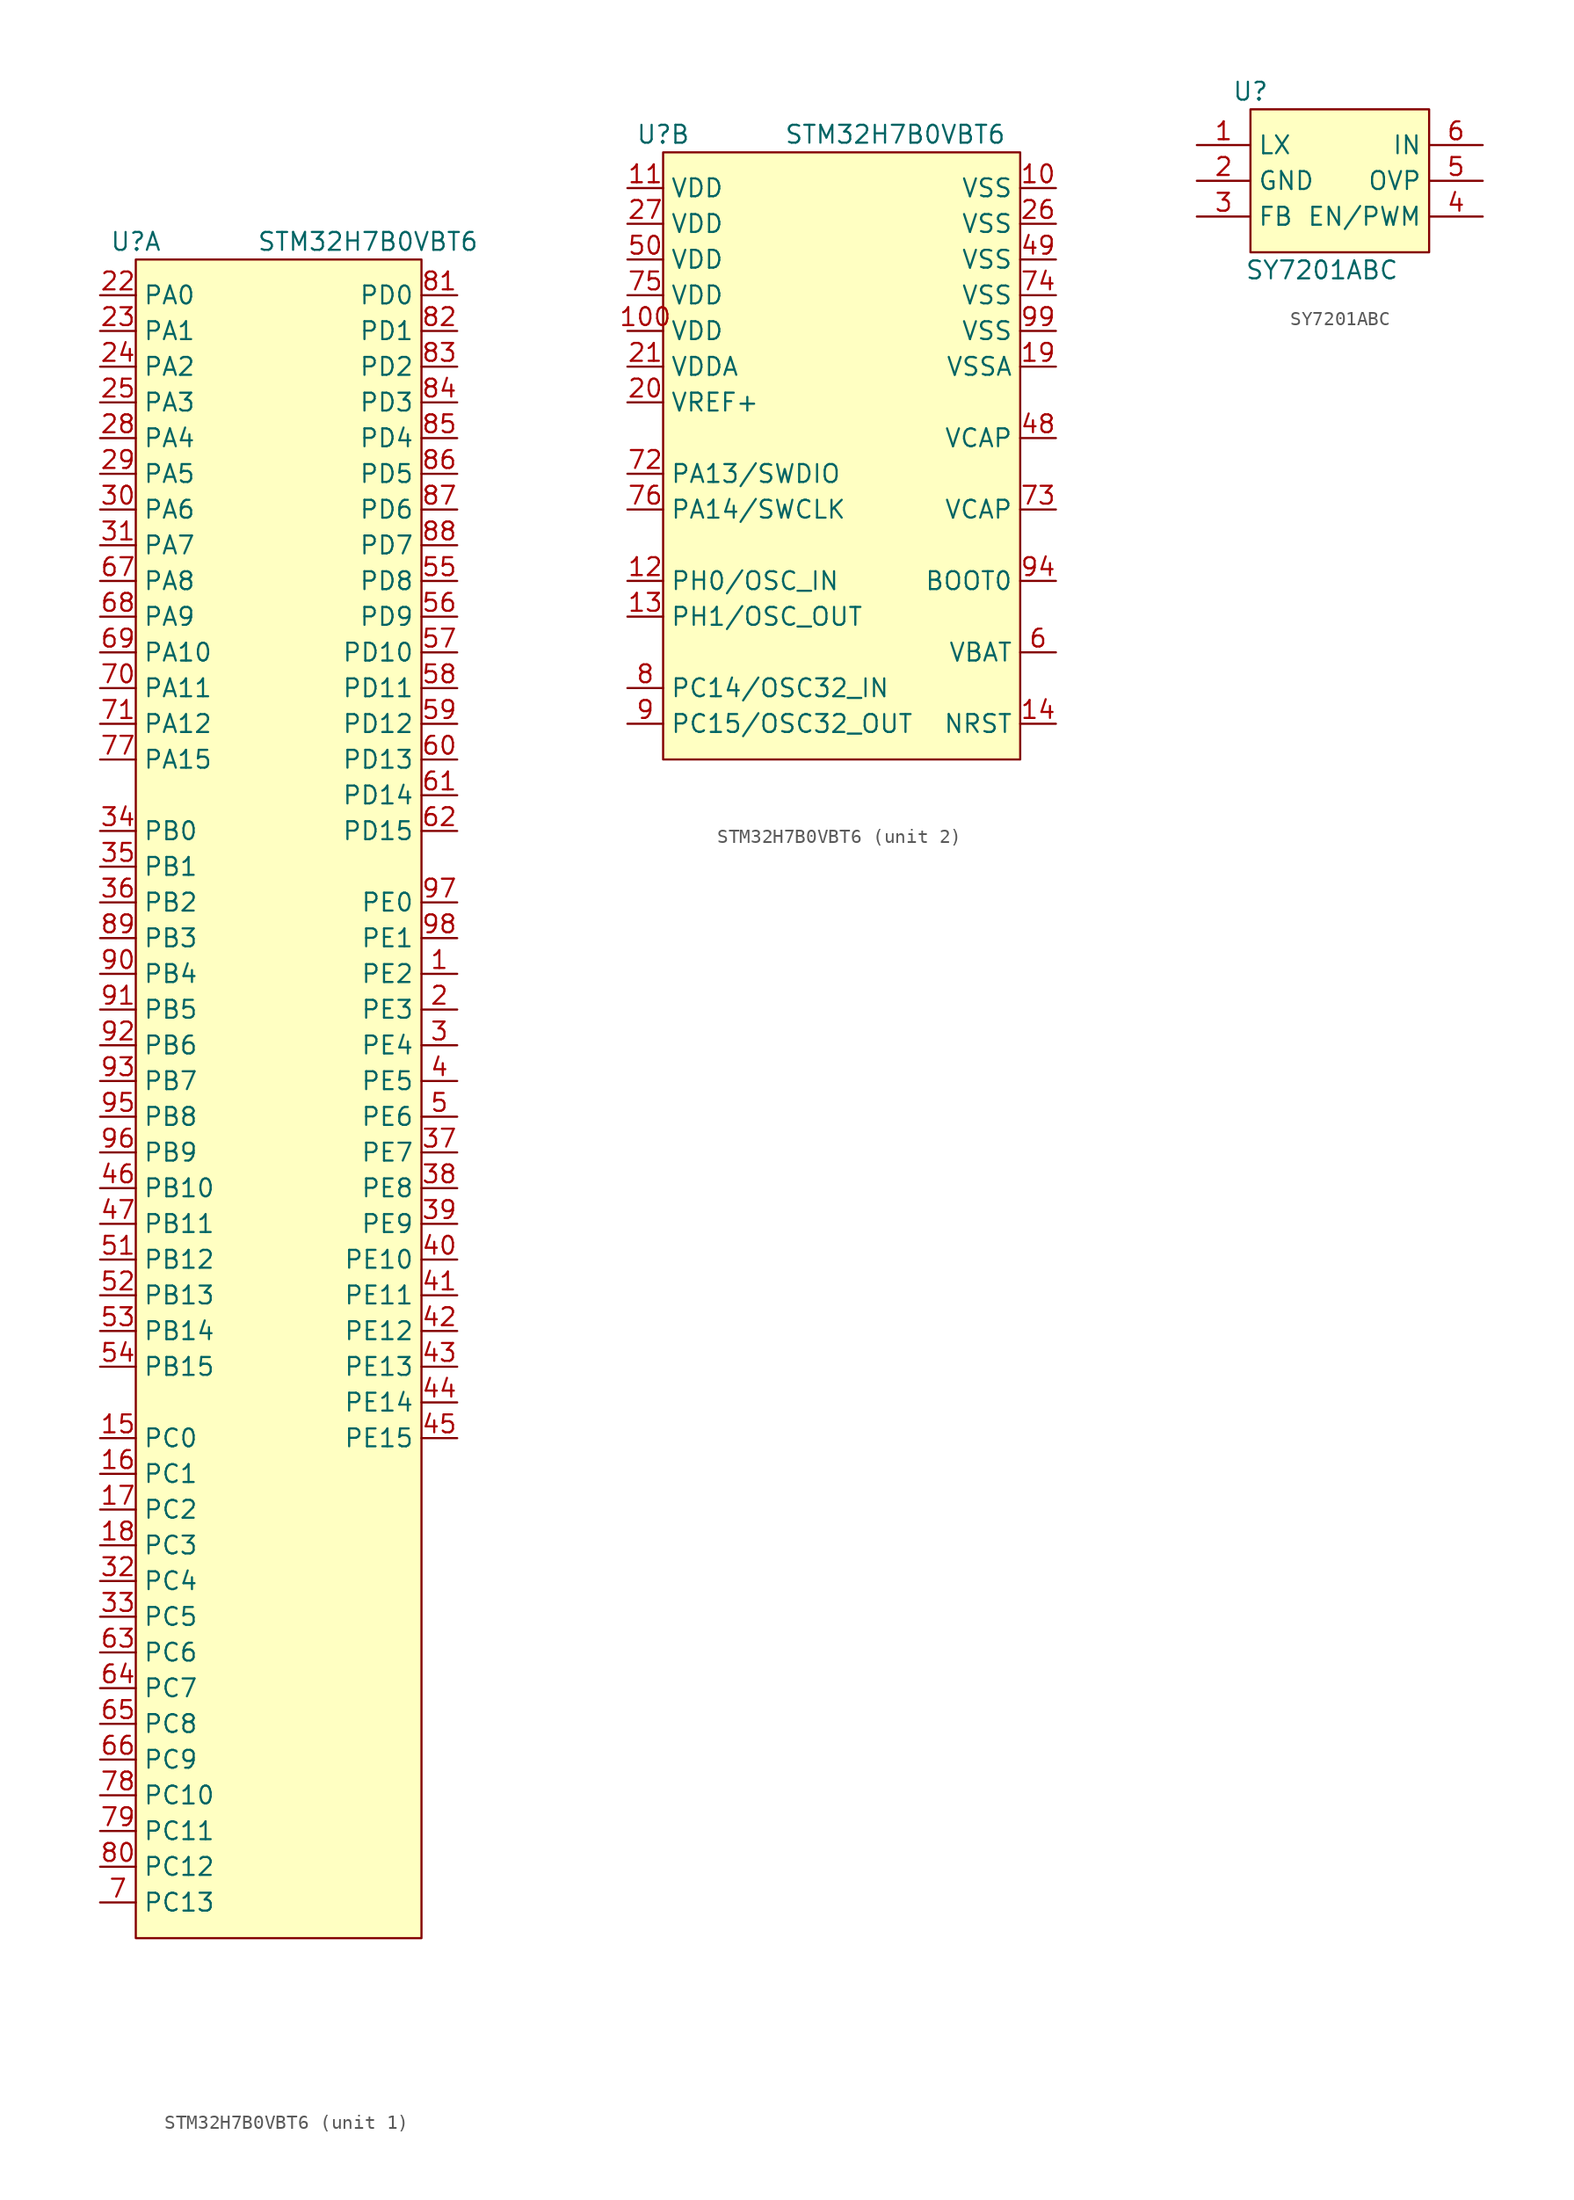
<source format=kicad_sym>
(kicad_symbol_lib
  (version 20220914)
  (generator kicad_symbol_editor)
  (symbol "STM32H7B0VBT6"
    (property "Reference" "U"
      (at 0 1.27 0)
      (effects (font (size 1.27 1.27))))
    (property "Value" "STM32H7B0VBT6"
      (at 16.51 1.27 0)
      (effects (font (size 1.27 1.27))))
    (symbol "STM32H7B0VBT6_1_1"
      (rectangle (start 0 0) (end 20.32 -119.38) (stroke (width 0) (type default)) (fill (type background)))
      (pin bidirectional line (at 22.86 -50.8 180) (length 2.54) (name "PE2" (effects (font (size 1.27 1.27)))) (number "1" (effects (font (size 1.27 1.27)))))
      (pin bidirectional line (at -2.54 -83.82 0) (length 2.54) (name "PC0" (effects (font (size 1.27 1.27)))) (number "15" (effects (font (size 1.27 1.27)))))
      (pin bidirectional line (at -2.54 -86.36 0) (length 2.54) (name "PC1" (effects (font (size 1.27 1.27)))) (number "16" (effects (font (size 1.27 1.27)))))
      (pin bidirectional line (at -2.54 -88.9 0) (length 2.54) (name "PC2" (effects (font (size 1.27 1.27)))) (number "17" (effects (font (size 1.27 1.27)))))
      (pin bidirectional line (at -2.54 -91.44 0) (length 2.54) (name "PC3" (effects (font (size 1.27 1.27)))) (number "18" (effects (font (size 1.27 1.27)))))
      (pin bidirectional line (at 22.86 -53.34 180) (length 2.54) (name "PE3" (effects (font (size 1.27 1.27)))) (number "2" (effects (font (size 1.27 1.27)))))
      (pin bidirectional line (at -2.54 -2.54 0) (length 2.54) (name "PA0" (effects (font (size 1.27 1.27)))) (number "22" (effects (font (size 1.27 1.27)))))
      (pin bidirectional line (at -2.54 -5.08 0) (length 2.54) (name "PA1" (effects (font (size 1.27 1.27)))) (number "23" (effects (font (size 1.27 1.27)))))
      (pin bidirectional line (at -2.54 -7.62 0) (length 2.54) (name "PA2" (effects (font (size 1.27 1.27)))) (number "24" (effects (font (size 1.27 1.27)))))
      (pin bidirectional line (at -2.54 -10.16 0) (length 2.54) (name "PA3" (effects (font (size 1.27 1.27)))) (number "25" (effects (font (size 1.27 1.27)))))
      (pin bidirectional line (at -2.54 -12.7 0) (length 2.54) (name "PA4" (effects (font (size 1.27 1.27)))) (number "28" (effects (font (size 1.27 1.27)))))
      (pin bidirectional line (at -2.54 -15.24 0) (length 2.54) (name "PA5" (effects (font (size 1.27 1.27)))) (number "29" (effects (font (size 1.27 1.27)))))
      (pin bidirectional line (at 22.86 -55.88 180) (length 2.54) (name "PE4" (effects (font (size 1.27 1.27)))) (number "3" (effects (font (size 1.27 1.27)))))
      (pin bidirectional line (at -2.54 -17.78 0) (length 2.54) (name "PA6" (effects (font (size 1.27 1.27)))) (number "30" (effects (font (size 1.27 1.27)))))
      (pin bidirectional line (at -2.54 -20.32 0) (length 2.54) (name "PA7" (effects (font (size 1.27 1.27)))) (number "31" (effects (font (size 1.27 1.27)))))
      (pin bidirectional line (at -2.54 -93.98 0) (length 2.54) (name "PC4" (effects (font (size 1.27 1.27)))) (number "32" (effects (font (size 1.27 1.27)))))
      (pin bidirectional line (at -2.54 -96.52 0) (length 2.54) (name "PC5" (effects (font (size 1.27 1.27)))) (number "33" (effects (font (size 1.27 1.27)))))
      (pin bidirectional line (at -2.54 -40.64 0) (length 2.54) (name "PB0" (effects (font (size 1.27 1.27)))) (number "34" (effects (font (size 1.27 1.27)))))
      (pin bidirectional line (at -2.54 -43.18 0) (length 2.54) (name "PB1" (effects (font (size 1.27 1.27)))) (number "35" (effects (font (size 1.27 1.27)))))
      (pin bidirectional line (at -2.54 -45.72 0) (length 2.54) (name "PB2" (effects (font (size 1.27 1.27)))) (number "36" (effects (font (size 1.27 1.27)))))
      (pin bidirectional line (at 22.86 -63.5 180) (length 2.54) (name "PE7" (effects (font (size 1.27 1.27)))) (number "37" (effects (font (size 1.27 1.27)))))
      (pin bidirectional line (at 22.86 -66.04 180) (length 2.54) (name "PE8" (effects (font (size 1.27 1.27)))) (number "38" (effects (font (size 1.27 1.27)))))
      (pin bidirectional line (at 22.86 -68.58 180) (length 2.54) (name "PE9" (effects (font (size 1.27 1.27)))) (number "39" (effects (font (size 1.27 1.27)))))
      (pin bidirectional line (at 22.86 -58.42 180) (length 2.54) (name "PE5" (effects (font (size 1.27 1.27)))) (number "4" (effects (font (size 1.27 1.27)))))
      (pin bidirectional line (at 22.86 -71.12 180) (length 2.54) (name "PE10" (effects (font (size 1.27 1.27)))) (number "40" (effects (font (size 1.27 1.27)))))
      (pin bidirectional line (at 22.86 -73.66 180) (length 2.54) (name "PE11" (effects (font (size 1.27 1.27)))) (number "41" (effects (font (size 1.27 1.27)))))
      (pin bidirectional line (at 22.86 -76.2 180) (length 2.54) (name "PE12" (effects (font (size 1.27 1.27)))) (number "42" (effects (font (size 1.27 1.27)))))
      (pin bidirectional line (at 22.86 -78.74 180) (length 2.54) (name "PE13" (effects (font (size 1.27 1.27)))) (number "43" (effects (font (size 1.27 1.27)))))
      (pin bidirectional line (at 22.86 -81.28 180) (length 2.54) (name "PE14" (effects (font (size 1.27 1.27)))) (number "44" (effects (font (size 1.27 1.27)))))
      (pin bidirectional line (at 22.86 -83.82 180) (length 2.54) (name "PE15" (effects (font (size 1.27 1.27)))) (number "45" (effects (font (size 1.27 1.27)))))
      (pin bidirectional line (at -2.54 -66.04 0) (length 2.54) (name "PB10" (effects (font (size 1.27 1.27)))) (number "46" (effects (font (size 1.27 1.27)))))
      (pin bidirectional line (at -2.54 -68.58 0) (length 2.54) (name "PB11" (effects (font (size 1.27 1.27)))) (number "47" (effects (font (size 1.27 1.27)))))
      (pin bidirectional line (at 22.86 -60.96 180) (length 2.54) (name "PE6" (effects (font (size 1.27 1.27)))) (number "5" (effects (font (size 1.27 1.27)))))
      (pin bidirectional line (at -2.54 -71.12 0) (length 2.54) (name "PB12" (effects (font (size 1.27 1.27)))) (number "51" (effects (font (size 1.27 1.27)))))
      (pin bidirectional line (at -2.54 -73.66 0) (length 2.54) (name "PB13" (effects (font (size 1.27 1.27)))) (number "52" (effects (font (size 1.27 1.27)))))
      (pin bidirectional line (at -2.54 -76.2 0) (length 2.54) (name "PB14" (effects (font (size 1.27 1.27)))) (number "53" (effects (font (size 1.27 1.27)))))
      (pin bidirectional line (at -2.54 -78.74 0) (length 2.54) (name "PB15" (effects (font (size 1.27 1.27)))) (number "54" (effects (font (size 1.27 1.27)))))
      (pin bidirectional line (at 22.86 -22.86 180) (length 2.54) (name "PD8" (effects (font (size 1.27 1.27)))) (number "55" (effects (font (size 1.27 1.27)))))
      (pin bidirectional line (at 22.86 -25.4 180) (length 2.54) (name "PD9" (effects (font (size 1.27 1.27)))) (number "56" (effects (font (size 1.27 1.27)))))
      (pin bidirectional line (at 22.86 -27.94 180) (length 2.54) (name "PD10" (effects (font (size 1.27 1.27)))) (number "57" (effects (font (size 1.27 1.27)))))
      (pin bidirectional line (at 22.86 -30.48 180) (length 2.54) (name "PD11" (effects (font (size 1.27 1.27)))) (number "58" (effects (font (size 1.27 1.27)))))
      (pin bidirectional line (at 22.86 -33.02 180) (length 2.54) (name "PD12" (effects (font (size 1.27 1.27)))) (number "59" (effects (font (size 1.27 1.27)))))
      (pin bidirectional line (at 22.86 -35.56 180) (length 2.54) (name "PD13" (effects (font (size 1.27 1.27)))) (number "60" (effects (font (size 1.27 1.27)))))
      (pin bidirectional line (at 22.86 -38.1 180) (length 2.54) (name "PD14" (effects (font (size 1.27 1.27)))) (number "61" (effects (font (size 1.27 1.27)))))
      (pin bidirectional line (at 22.86 -40.64 180) (length 2.54) (name "PD15" (effects (font (size 1.27 1.27)))) (number "62" (effects (font (size 1.27 1.27)))))
      (pin bidirectional line (at -2.54 -99.06 0) (length 2.54) (name "PC6" (effects (font (size 1.27 1.27)))) (number "63" (effects (font (size 1.27 1.27)))))
      (pin bidirectional line (at -2.54 -101.6 0) (length 2.54) (name "PC7" (effects (font (size 1.27 1.27)))) (number "64" (effects (font (size 1.27 1.27)))))
      (pin bidirectional line (at -2.54 -104.14 0) (length 2.54) (name "PC8" (effects (font (size 1.27 1.27)))) (number "65" (effects (font (size 1.27 1.27)))))
      (pin bidirectional line (at -2.54 -106.68 0) (length 2.54) (name "PC9" (effects (font (size 1.27 1.27)))) (number "66" (effects (font (size 1.27 1.27)))))
      (pin bidirectional line (at -2.54 -22.86 0) (length 2.54) (name "PA8" (effects (font (size 1.27 1.27)))) (number "67" (effects (font (size 1.27 1.27)))))
      (pin bidirectional line (at -2.54 -25.4 0) (length 2.54) (name "PA9" (effects (font (size 1.27 1.27)))) (number "68" (effects (font (size 1.27 1.27)))))
      (pin bidirectional line (at -2.54 -27.94 0) (length 2.54) (name "PA10" (effects (font (size 1.27 1.27)))) (number "69" (effects (font (size 1.27 1.27)))))
      (pin bidirectional line (at -2.54 -116.84 0) (length 2.54) (name "PC13" (effects (font (size 1.27 1.27)))) (number "7" (effects (font (size 1.27 1.27)))))
      (pin bidirectional line (at -2.54 -30.48 0) (length 2.54) (name "PA11" (effects (font (size 1.27 1.27)))) (number "70" (effects (font (size 1.27 1.27)))))
      (pin bidirectional line (at -2.54 -33.02 0) (length 2.54) (name "PA12" (effects (font (size 1.27 1.27)))) (number "71" (effects (font (size 1.27 1.27)))))
      (pin bidirectional line (at -2.54 -35.56 0) (length 2.54) (name "PA15" (effects (font (size 1.27 1.27)))) (number "77" (effects (font (size 1.27 1.27)))))
      (pin bidirectional line (at -2.54 -109.22 0) (length 2.54) (name "PC10" (effects (font (size 1.27 1.27)))) (number "78" (effects (font (size 1.27 1.27)))))
      (pin bidirectional line (at -2.54 -111.76 0) (length 2.54) (name "PC11" (effects (font (size 1.27 1.27)))) (number "79" (effects (font (size 1.27 1.27)))))
      (pin bidirectional line (at -2.54 -114.3 0) (length 2.54) (name "PC12" (effects (font (size 1.27 1.27)))) (number "80" (effects (font (size 1.27 1.27)))))
      (pin bidirectional line (at 22.86 -2.54 180) (length 2.54) (name "PD0" (effects (font (size 1.27 1.27)))) (number "81" (effects (font (size 1.27 1.27)))))
      (pin bidirectional line (at 22.86 -5.08 180) (length 2.54) (name "PD1" (effects (font (size 1.27 1.27)))) (number "82" (effects (font (size 1.27 1.27)))))
      (pin bidirectional line (at 22.86 -7.62 180) (length 2.54) (name "PD2" (effects (font (size 1.27 1.27)))) (number "83" (effects (font (size 1.27 1.27)))))
      (pin bidirectional line (at 22.86 -10.16 180) (length 2.54) (name "PD3" (effects (font (size 1.27 1.27)))) (number "84" (effects (font (size 1.27 1.27)))))
      (pin bidirectional line (at 22.86 -12.7 180) (length 2.54) (name "PD4" (effects (font (size 1.27 1.27)))) (number "85" (effects (font (size 1.27 1.27)))))
      (pin bidirectional line (at 22.86 -15.24 180) (length 2.54) (name "PD5" (effects (font (size 1.27 1.27)))) (number "86" (effects (font (size 1.27 1.27)))))
      (pin bidirectional line (at 22.86 -17.78 180) (length 2.54) (name "PD6" (effects (font (size 1.27 1.27)))) (number "87" (effects (font (size 1.27 1.27)))))
      (pin bidirectional line (at 22.86 -20.32 180) (length 2.54) (name "PD7" (effects (font (size 1.27 1.27)))) (number "88" (effects (font (size 1.27 1.27)))))
      (pin bidirectional line (at -2.54 -48.26 0) (length 2.54) (name "PB3" (effects (font (size 1.27 1.27)))) (number "89" (effects (font (size 1.27 1.27)))))
      (pin bidirectional line (at -2.54 -50.8 0) (length 2.54) (name "PB4" (effects (font (size 1.27 1.27)))) (number "90" (effects (font (size 1.27 1.27)))))
      (pin bidirectional line (at -2.54 -53.34 0) (length 2.54) (name "PB5" (effects (font (size 1.27 1.27)))) (number "91" (effects (font (size 1.27 1.27)))))
      (pin bidirectional line (at -2.54 -55.88 0) (length 2.54) (name "PB6" (effects (font (size 1.27 1.27)))) (number "92" (effects (font (size 1.27 1.27)))))
      (pin bidirectional line (at -2.54 -58.42 0) (length 2.54) (name "PB7" (effects (font (size 1.27 1.27)))) (number "93" (effects (font (size 1.27 1.27)))))
      (pin bidirectional line (at -2.54 -60.96 0) (length 2.54) (name "PB8" (effects (font (size 1.27 1.27)))) (number "95" (effects (font (size 1.27 1.27)))))
      (pin bidirectional line (at -2.54 -63.5 0) (length 2.54) (name "PB9" (effects (font (size 1.27 1.27)))) (number "96" (effects (font (size 1.27 1.27)))))
      (pin bidirectional line (at 22.86 -45.72 180) (length 2.54) (name "PE0" (effects (font (size 1.27 1.27)))) (number "97" (effects (font (size 1.27 1.27)))))
      (pin bidirectional line (at 22.86 -48.26 180) (length 2.54) (name "PE1" (effects (font (size 1.27 1.27)))) (number "98" (effects (font (size 1.27 1.27))))))
    (symbol "STM32H7B0VBT6_2_1"
      (rectangle (start 0 0) (end 25.4 -43.18) (stroke (width 0) (type default)) (fill (type background)))
      (pin power_in line (at 27.94 -2.54 180) (length 2.54) (name "VSS" (effects (font (size 1.27 1.27)))) (number "10" (effects (font (size 1.27 1.27)))))
      (pin power_in line (at -2.54 -12.7 0) (length 2.54) (name "VDD" (effects (font (size 1.27 1.27)))) (number "100" (effects (font (size 1.27 1.27)))))
      (pin power_in line (at -2.54 -2.54 0) (length 2.54) (name "VDD" (effects (font (size 1.27 1.27)))) (number "11" (effects (font (size 1.27 1.27)))))
      (pin bidirectional line (at -2.54 -30.48 0) (length 2.54) (name "PH0/OSC_IN" (effects (font (size 1.27 1.27)))) (number "12" (effects (font (size 1.27 1.27)))))
      (pin bidirectional line (at -2.54 -33.02 0) (length 2.54) (name "PH1/OSC_OUT" (effects (font (size 1.27 1.27)))) (number "13" (effects (font (size 1.27 1.27)))))
      (pin bidirectional line (at 27.94 -40.64 180) (length 2.54) (name "NRST" (effects (font (size 1.27 1.27)))) (number "14" (effects (font (size 1.27 1.27)))))
      (pin power_in line (at 27.94 -15.24 180) (length 2.54) (name "VSSA" (effects (font (size 1.27 1.27)))) (number "19" (effects (font (size 1.27 1.27)))))
      (pin power_in line (at -2.54 -17.78 0) (length 2.54) (name "VREF+" (effects (font (size 1.27 1.27)))) (number "20" (effects (font (size 1.27 1.27)))))
      (pin power_in line (at -2.54 -15.24 0) (length 2.54) (name "VDDA" (effects (font (size 1.27 1.27)))) (number "21" (effects (font (size 1.27 1.27)))))
      (pin power_in line (at 27.94 -5.08 180) (length 2.54) (name "VSS" (effects (font (size 1.27 1.27)))) (number "26" (effects (font (size 1.27 1.27)))))
      (pin power_in line (at -2.54 -5.08 0) (length 2.54) (name "VDD" (effects (font (size 1.27 1.27)))) (number "27" (effects (font (size 1.27 1.27)))))
      (pin bidirectional line (at 27.94 -20.32 180) (length 2.54) (name "VCAP" (effects (font (size 1.27 1.27)))) (number "48" (effects (font (size 1.27 1.27)))))
      (pin power_in line (at 27.94 -7.62 180) (length 2.54) (name "VSS" (effects (font (size 1.27 1.27)))) (number "49" (effects (font (size 1.27 1.27)))))
      (pin power_in line (at -2.54 -7.62 0) (length 2.54) (name "VDD" (effects (font (size 1.27 1.27)))) (number "50" (effects (font (size 1.27 1.27)))))
      (pin bidirectional line (at 27.94 -35.56 180) (length 2.54) (name "VBAT" (effects (font (size 1.27 1.27)))) (number "6" (effects (font (size 1.27 1.27)))))
      (pin bidirectional line (at -2.54 -22.86 0) (length 2.54) (name "PA13/SWDIO" (effects (font (size 1.27 1.27)))) (number "72" (effects (font (size 1.27 1.27)))))
      (pin bidirectional line (at 27.94 -25.4 180) (length 2.54) (name "VCAP" (effects (font (size 1.27 1.27)))) (number "73" (effects (font (size 1.27 1.27)))))
      (pin power_in line (at 27.94 -10.16 180) (length 2.54) (name "VSS" (effects (font (size 1.27 1.27)))) (number "74" (effects (font (size 1.27 1.27)))))
      (pin power_in line (at -2.54 -10.16 0) (length 2.54) (name "VDD" (effects (font (size 1.27 1.27)))) (number "75" (effects (font (size 1.27 1.27)))))
      (pin bidirectional line (at -2.54 -25.4 0) (length 2.54) (name "PA14/SWCLK" (effects (font (size 1.27 1.27)))) (number "76" (effects (font (size 1.27 1.27)))))
      (pin bidirectional line (at -2.54 -38.1 0) (length 2.54) (name "PC14/OSC32_IN" (effects (font (size 1.27 1.27)))) (number "8" (effects (font (size 1.27 1.27)))))
      (pin bidirectional line (at -2.54 -40.64 0) (length 2.54) (name "PC15/OSC32_OUT" (effects (font (size 1.27 1.27)))) (number "9" (effects (font (size 1.27 1.27)))))
      (pin bidirectional line (at 27.94 -30.48 180) (length 2.54) (name "BOOT0" (effects (font (size 1.27 1.27)))) (number "94" (effects (font (size 1.27 1.27)))))
      (pin power_in line (at 27.94 -12.7 180) (length 2.54) (name "VSS" (effects (font (size 1.27 1.27)))) (number "99" (effects (font (size 1.27 1.27)))))))
  (symbol "SY7201ABC"
    (property "Reference" "U"
      (at 0 1.27 0)
      (effects (font (size 1.27 1.27))))
    (property "Value" "SY7201ABC"
      (at 5.08 -11.43 0)
      (effects (font (size 1.27 1.27))))
    (symbol "SY7201ABC_0_1"
      (rectangle (start 0 0) (end 12.7 -10.16) (stroke (width 0) (type default)) (fill (type background))))
    (symbol "SY7201ABC_1_1"
      (pin bidirectional line (at -3.81 -2.54 0) (length 3.81) (name "LX" (effects (font (size 1.27 1.27)))) (number "1" (effects (font (size 1.27 1.27)))))
      (pin power_in line (at -3.81 -5.08 0) (length 3.81) (name "GND" (effects (font (size 1.27 1.27)))) (number "2" (effects (font (size 1.27 1.27)))))
      (pin bidirectional line (at -3.81 -7.62 0) (length 3.81) (name "FB" (effects (font (size 1.27 1.27)))) (number "3" (effects (font (size 1.27 1.27)))))
      (pin bidirectional line (at 16.51 -7.62 180) (length 3.81) (name "EN/PWM" (effects (font (size 1.27 1.27)))) (number "4" (effects (font (size 1.27 1.27)))))
      (pin bidirectional line (at 16.51 -5.08 180) (length 3.81) (name "OVP" (effects (font (size 1.27 1.27)))) (number "5" (effects (font (size 1.27 1.27)))))
      (pin power_in line (at 16.51 -2.54 180) (length 3.81) (name "IN" (effects (font (size 1.27 1.27)))) (number "6" (effects (font (size 1.27 1.27))))))))
</source>
